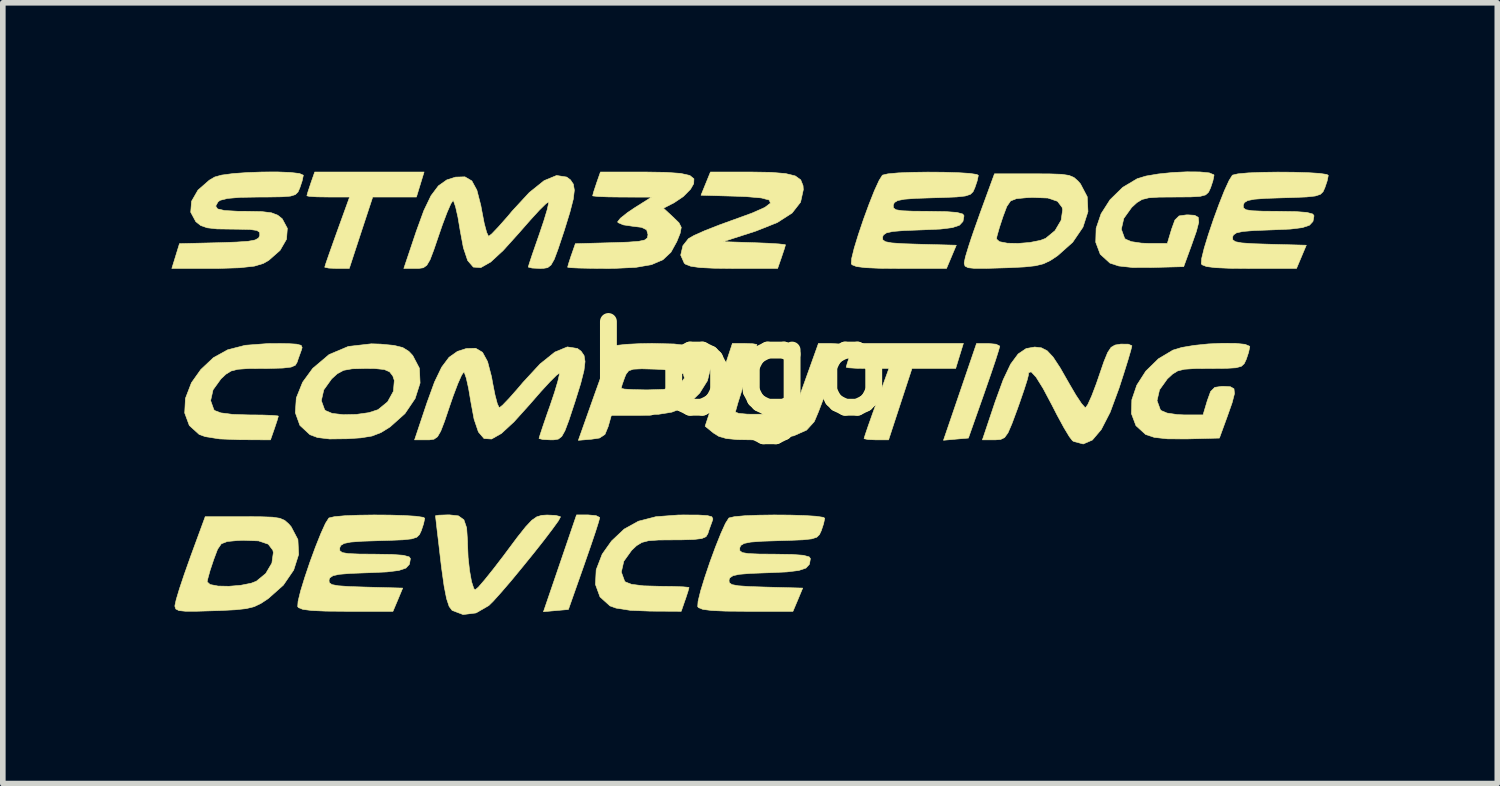
<source format=kicad_pcb>
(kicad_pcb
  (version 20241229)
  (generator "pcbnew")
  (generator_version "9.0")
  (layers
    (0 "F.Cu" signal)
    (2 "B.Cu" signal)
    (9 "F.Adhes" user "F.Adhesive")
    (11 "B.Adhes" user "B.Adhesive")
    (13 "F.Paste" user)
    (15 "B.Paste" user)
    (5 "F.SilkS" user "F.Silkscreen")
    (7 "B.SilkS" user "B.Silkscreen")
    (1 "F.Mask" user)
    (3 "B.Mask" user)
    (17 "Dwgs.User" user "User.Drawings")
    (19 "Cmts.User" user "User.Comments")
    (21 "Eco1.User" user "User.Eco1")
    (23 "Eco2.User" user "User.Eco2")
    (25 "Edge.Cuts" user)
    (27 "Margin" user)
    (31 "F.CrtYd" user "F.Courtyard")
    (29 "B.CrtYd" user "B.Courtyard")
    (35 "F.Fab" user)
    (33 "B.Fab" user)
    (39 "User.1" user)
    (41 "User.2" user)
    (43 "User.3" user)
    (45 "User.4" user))
  (footprint "Logo"
    (layer "F.Cu")
    (at 10.09 3.501)
    (property "Reference" "Logo" (at 0 0 0) (layer "F.SilkS") (effects (font (size 1.524 1.524) (thickness 0.3))))
    (attr through_hole)
    (fp_poly (pts (xy -2.542 2.617) (xy -2.477 2.65) (xy -2.477 2.653) (xy -2.497 2.729) (xy -2.551 2.9) (xy -2.633 3.143) (xy -2.734 3.434) (xy -2.755 3.495) (xy -3.034 4.286) (xy -3.255 4.305) (xy -3.477 4.325) (xy -2.889 2.604) (xy -2.683 2.604) (xy -2.542 2.617)) (stroke (width 0.01) (type solid)) (fill yes) (layer "F.SilkS"))
    (fp_poly (pts (xy 4.57 -0.431) (xy 4.635 -0.398) (xy 4.636 -0.395) (xy 4.615 -0.319) (xy 4.561 -0.148) (xy 4.479 0.095) (xy 4.378 0.386) (xy 4.357 0.447) (xy 4.078 1.238) (xy 3.857 1.257) (xy 3.635 1.277) (xy 4.223 -0.444) (xy 4.429 -0.444) (xy 4.57 -0.431)) (stroke (width 0.01) (type solid)) (fill yes) (layer "F.SilkS"))
    (fp_poly (pts (xy -5.668 -3.27) (xy -5.736 -3.048) (xy -6.513 -3.048) (xy -6.722 -2.413) (xy -6.93 -1.778) (xy -7.148 -1.778) (xy -7.293 -1.784) (xy -7.365 -1.799) (xy -7.366 -1.802) (xy -7.346 -1.868) (xy -7.291 -2.027) (xy -7.211 -2.253) (xy -7.145 -2.437) (xy -6.924 -3.048) (xy -7.304 -3.048) (xy -7.504 -3.051) (xy -7.642 -3.06) (xy -7.684 -3.07) (xy -7.665 -3.139) (xy -7.619 -3.277) (xy -7.614 -3.293) (xy -7.544 -3.493) (xy -5.6 -3.493) (xy -5.668 -3.27)) (stroke (width 0.01) (type solid)) (fill yes) (layer "F.SilkS"))
    (fp_poly (pts (xy 3.92 -0.222) (xy 3.852 0) (xy 3.075 0) (xy 2.867 0.635) (xy 2.659 1.27) (xy 2.441 1.27) (xy 2.295 1.264) (xy 2.224 1.249) (xy 2.223 1.246) (xy 2.243 1.18) (xy 2.297 1.021) (xy 2.377 0.795) (xy 2.444 0.611) (xy 2.665 0) (xy 2.285 0) (xy 2.084 -0.003) (xy 1.947 -0.012) (xy 1.905 -0.022) (xy 1.924 -0.091) (xy 1.969 -0.229) (xy 1.975 -0.245) (xy 2.044 -0.445) (xy 3.989 -0.445) (xy 3.92 -0.222)) (stroke (width 0.01) (type solid)) (fill yes) (layer "F.SilkS"))
    (fp_poly (pts (xy 0.245 -0.439) (xy 0.316 -0.427) (xy 0.318 -0.425) (xy 0.299 -0.36) (xy 0.248 -0.202) (xy 0.174 0.02) (xy 0.127 0.159) (xy 0.044 0.41) (xy -0.021 0.616) (xy -0.058 0.748) (xy -0.064 0.776) (xy -0.005 0.799) (xy 0.15 0.813) (xy 0.373 0.814) (xy 0.452 0.812) (xy 0.968 0.794) (xy 1.412 -0.445) (xy 1.633 -0.445) (xy 1.779 -0.435) (xy 1.824 -0.393) (xy 1.81 -0.333) (xy 1.769 -0.224) (xy 1.7 -0.03) (xy 1.616 0.212) (xy 1.588 0.293) (xy 1.497 0.548) (xy 1.412 0.771) (xy 1.348 0.923) (xy 1.335 0.949) (xy 1.2 1.097) (xy 0.972 1.198) (xy 0.642 1.255) (xy 0.263 1.27) (xy -0.029 1.265) (xy -0.226 1.246) (xy -0.358 1.208) (xy -0.453 1.149) (xy -0.603 1.027) (xy -0.361 0.291) (xy -0.118 -0.445) (xy 0.1 -0.445) (xy 0.245 -0.439)) (stroke (width 0.01) (type solid)) (fill yes) (layer "F.SilkS"))
    (fp_poly (pts (xy 0.566 -3.487) (xy 0.829 -3.465) (xy 1 -3.423) (xy 1.097 -3.353) (xy 1.138 -3.25) (xy 1.143 -3.178) (xy 1.094 -2.956) (xy 0.944 -2.764) (xy 0.682 -2.595) (xy 0.303 -2.444) (xy 0.267 -2.432) (xy -0.286 -2.254) (xy 0.27 -2.236) (xy 0.518 -2.226) (xy 0.709 -2.214) (xy 0.814 -2.202) (xy 0.826 -2.198) (xy 0.807 -2.131) (xy 0.761 -1.994) (xy 0.756 -1.978) (xy 0.686 -1.778) (xy -0.097 -1.778) (xy -0.45 -1.782) (xy -0.697 -1.794) (xy -0.857 -1.817) (xy -0.951 -1.853) (xy -0.974 -1.872) (xy -1.037 -2.015) (xy -0.998 -2.183) (xy -0.899 -2.308) (xy -0.798 -2.366) (xy -0.606 -2.451) (xy -0.351 -2.551) (xy -0.111 -2.638) (xy 0.235 -2.764) (xy 0.458 -2.863) (xy 0.559 -2.939) (xy 0.537 -2.994) (xy 0.394 -3.032) (xy 0.129 -3.055) (xy -0.052 -3.062) (xy -0.676 -3.08) (xy -0.508 -3.493) (xy 0.195 -3.493) (xy 0.566 -3.487)) (stroke (width 0.01) (type solid)) (fill yes) (layer "F.SilkS"))
    (fp_poly (pts (xy -8.028 -0.442) (xy -7.866 -0.432) (xy -7.786 -0.411) (xy -7.768 -0.372) (xy -7.779 -0.333) (xy -7.837 -0.173) (xy -7.857 -0.111) (xy -7.889 -0.057) (xy -7.965 -0.024) (xy -8.109 -0.007) (xy -8.346 -0.000353) (xy -8.458 0) (xy -8.732 0.002) (xy -8.912 0.015) (xy -9.032 0.046) (xy -9.124 0.103) (xy -9.212 0.186) (xy -9.352 0.38) (xy -9.395 0.572) (xy -9.338 0.732) (xy -9.322 0.749) (xy -9.214 0.79) (xy -9.001 0.817) (xy -8.719 0.826) (xy -8.478 0.828) (xy -8.295 0.835) (xy -8.199 0.844) (xy -8.191 0.848) (xy -8.21 0.917) (xy -8.256 1.055) (xy -8.261 1.07) (xy -8.331 1.27) (xy -8.88 1.267) (xy -9.234 1.253) (xy -9.489 1.213) (xy -9.598 1.174) (xy -9.774 1.014) (xy -9.856 0.792) (xy -9.843 0.532) (xy -9.736 0.254) (xy -9.57 0.02) (xy -9.345 -0.192) (xy -9.091 -0.332) (xy -8.78 -0.412) (xy -8.382 -0.442) (xy -8.296 -0.443) (xy -8.028 -0.442)) (stroke (width 0.01) (type solid)) (fill yes) (layer "F.SilkS"))
    (fp_poly (pts (xy -0.726 2.606) (xy -0.563 2.616) (xy -0.484 2.637) (xy -0.465 2.676) (xy -0.477 2.715) (xy -0.535 2.875) (xy -0.554 2.937) (xy -0.587 2.991) (xy -0.662 3.024) (xy -0.807 3.041) (xy -1.044 3.048) (xy -1.155 3.048) (xy -1.429 3.05) (xy -1.61 3.063) (xy -1.729 3.094) (xy -1.822 3.151) (xy -1.91 3.234) (xy -2.049 3.428) (xy -2.093 3.62) (xy -2.035 3.78) (xy -2.019 3.797) (xy -1.912 3.838) (xy -1.699 3.865) (xy -1.416 3.873) (xy -1.175 3.876) (xy -0.992 3.883) (xy -0.896 3.892) (xy -0.889 3.896) (xy -0.908 3.965) (xy -0.953 4.103) (xy -0.959 4.118) (xy -1.028 4.318) (xy -1.578 4.315) (xy -1.931 4.301) (xy -2.187 4.261) (xy -2.295 4.222) (xy -2.472 4.062) (xy -2.553 3.84) (xy -2.54 3.58) (xy -2.433 3.302) (xy -2.267 3.068) (xy -2.042 2.856) (xy -1.789 2.716) (xy -1.478 2.636) (xy -1.08 2.606) (xy -0.993 2.605) (xy -0.726 2.606)) (stroke (width 0.01) (type solid)) (fill yes) (layer "F.SilkS"))
    (fp_poly (pts (xy -6.376 -0.433) (xy -6.135 -0.41) (xy -5.98 -0.372) (xy -5.871 -0.304) (xy -5.802 -0.231) (xy -5.683 -0.004) (xy -5.671 0.259) (xy -5.759 0.535) (xy -5.94 0.803) (xy -6.205 1.04) (xy -6.366 1.14) (xy -6.524 1.201) (xy -6.723 1.234) (xy -6.967 1.25) (xy -7.279 1.254) (xy -7.495 1.228) (xy -7.629 1.178) (xy -7.808 1.012) (xy -7.889 0.787) (xy -7.875 0.572) (xy -7.427 0.572) (xy -7.369 0.732) (xy -7.353 0.749) (xy -7.235 0.799) (xy -7.037 0.822) (xy -6.804 0.817) (xy -6.582 0.786) (xy -6.419 0.733) (xy -6.248 0.593) (xy -6.145 0.406) (xy -6.129 0.213) (xy -6.156 0.133) (xy -6.213 0.06) (xy -6.307 0.019) (xy -6.472 0.002) (xy -6.643 0) (xy -6.878 0.006) (xy -7.03 0.033) (xy -7.143 0.094) (xy -7.244 0.186) (xy -7.383 0.38) (xy -7.427 0.572) (xy -7.875 0.572) (xy -7.872 0.525) (xy -7.759 0.244) (xy -7.58 -0.001) (xy -7.289 -0.247) (xy -6.948 -0.391) (xy -6.538 -0.438) (xy -6.376 -0.433)) (stroke (width 0.01) (type solid)) (fill yes) (layer "F.SilkS"))
    (fp_poly (pts (xy -4.989 2.621) (xy -4.892 2.691) (xy -4.843 2.835) (xy -4.827 3.079) (xy -4.827 3.119) (xy -4.817 3.361) (xy -4.791 3.596) (xy -4.756 3.791) (xy -4.716 3.913) (xy -4.691 3.937) (xy -4.635 3.889) (xy -4.521 3.757) (xy -4.363 3.56) (xy -4.178 3.319) (xy -4.144 3.273) (xy -3.941 3.001) (xy -3.794 2.816) (xy -3.685 2.7) (xy -3.596 2.638) (xy -3.509 2.612) (xy -3.413 2.606) (xy -3.26 2.613) (xy -3.179 2.634) (xy -3.175 2.641) (xy -3.213 2.711) (xy -3.318 2.856) (xy -3.47 3.056) (xy -3.655 3.29) (xy -3.854 3.535) (xy -4.05 3.773) (xy -4.228 3.98) (xy -4.369 4.137) (xy -4.449 4.216) (xy -4.676 4.347) (xy -4.906 4.376) (xy -5.101 4.302) (xy -5.154 4.232) (xy -5.2 4.093) (xy -5.244 3.868) (xy -5.29 3.538) (xy -5.303 3.429) (xy -5.338 3.127) (xy -5.368 2.876) (xy -5.388 2.699) (xy -5.397 2.621) (xy -5.397 2.619) (xy -5.341 2.609) (xy -5.201 2.604) (xy -5.151 2.603) (xy -4.989 2.621)) (stroke (width 0.01) (type solid)) (fill yes) (layer "F.SilkS"))
    (fp_poly (pts (xy -1.152 -0.435) (xy -0.867 -0.401) (xy -0.676 -0.336) (xy -0.564 -0.233) (xy -0.515 -0.085) (xy -0.509 0.006) (xy -0.561 0.217) (xy -0.7 0.439) (xy -0.896 0.631) (xy -1.015 0.708) (xy -1.195 0.777) (xy -1.431 0.815) (xy -1.752 0.826) (xy -2.268 0.826) (xy -2.326 1.032) (xy -2.384 1.173) (xy -2.481 1.237) (xy -2.621 1.258) (xy -2.857 1.278) (xy -2.573 0.476) (xy -2.529 0.353) (xy -2.095 0.353) (xy -2.037 0.367) (xy -1.883 0.376) (xy -1.664 0.381) (xy -1.624 0.381) (xy -1.344 0.372) (xy -1.163 0.342) (xy -1.057 0.285) (xy -1.049 0.278) (xy -0.971 0.172) (xy -0.991 0.096) (xy -1.117 0.047) (xy -1.357 0.019) (xy -1.482 0.013) (xy -1.729 0.006) (xy -1.879 0.013) (xy -1.962 0.042) (xy -2.008 0.101) (xy -2.033 0.16) (xy -2.079 0.29) (xy -2.095 0.353) (xy -2.529 0.353) (xy -2.465 0.175) (xy -2.37 -0.083) (xy -2.298 -0.276) (xy -2.256 -0.377) (xy -2.252 -0.385) (xy -2.177 -0.41) (xy -2.003 -0.429) (xy -1.759 -0.441) (xy -1.548 -0.445) (xy -1.152 -0.435)) (stroke (width 0.01) (type solid)) (fill yes) (layer "F.SilkS"))
    (fp_poly (pts (xy 8.192 -3.494) (xy 8.362 -3.477) (xy 8.443 -3.443) (xy 8.445 -3.433) (xy 8.425 -3.334) (xy 8.384 -3.211) (xy 8.348 -3.134) (xy 8.296 -3.086) (xy 8.2 -3.06) (xy 8.032 -3.05) (xy 7.767 -3.048) (xy 7.744 -3.048) (xy 7.467 -3.046) (xy 7.285 -3.034) (xy 7.164 -3.004) (xy 7.073 -2.948) (xy 6.98 -2.862) (xy 6.841 -2.668) (xy 6.797 -2.476) (xy 6.855 -2.316) (xy 6.871 -2.299) (xy 6.974 -2.255) (xy 7.156 -2.228) (xy 7.281 -2.223) (xy 7.615 -2.223) (xy 7.691 -2.477) (xy 7.75 -2.639) (xy 7.824 -2.712) (xy 7.951 -2.73) (xy 7.979 -2.731) (xy 8.101 -2.723) (xy 8.165 -2.687) (xy 8.174 -2.6) (xy 8.132 -2.438) (xy 8.045 -2.191) (xy 7.906 -1.81) (xy 7.334 -1.795) (xy 6.989 -1.796) (xy 6.75 -1.822) (xy 6.595 -1.873) (xy 6.595 -1.873) (xy 6.422 -2.031) (xy 6.342 -2.244) (xy 6.349 -2.491) (xy 6.437 -2.75) (xy 6.597 -3) (xy 6.822 -3.22) (xy 7.08 -3.374) (xy 7.236 -3.421) (xy 7.456 -3.458) (xy 7.709 -3.484) (xy 7.964 -3.496) (xy 8.192 -3.494)) (stroke (width 0.01) (type solid)) (fill yes) (layer "F.SilkS"))
    (fp_poly (pts (xy 8.827 -0.446) (xy 8.997 -0.429) (xy 9.078 -0.395) (xy 9.081 -0.385) (xy 9.06 -0.286) (xy 9.019 -0.163) (xy 8.983 -0.086) (xy 8.931 -0.038) (xy 8.835 -0.012) (xy 8.667 -0.002) (xy 8.402 -0.000004) (xy 8.379 0) (xy 8.102 0.002) (xy 7.92 0.014) (xy 7.799 0.044) (xy 7.708 0.1) (xy 7.615 0.186) (xy 7.476 0.38) (xy 7.432 0.572) (xy 7.49 0.732) (xy 7.506 0.749) (xy 7.609 0.793) (xy 7.791 0.82) (xy 7.916 0.826) (xy 8.25 0.826) (xy 8.326 0.572) (xy 8.385 0.409) (xy 8.459 0.336) (xy 8.586 0.318) (xy 8.614 0.318) (xy 8.736 0.325) (xy 8.8 0.361) (xy 8.809 0.448) (xy 8.767 0.61) (xy 8.68 0.857) (xy 8.541 1.238) (xy 7.969 1.253) (xy 7.624 1.252) (xy 7.385 1.226) (xy 7.23 1.175) (xy 7.23 1.175) (xy 7.057 1.017) (xy 6.977 0.804) (xy 6.984 0.557) (xy 7.072 0.298) (xy 7.232 0.048) (xy 7.457 -0.172) (xy 7.715 -0.326) (xy 7.871 -0.373) (xy 8.091 -0.41) (xy 8.344 -0.436) (xy 8.599 -0.448) (xy 8.827 -0.446)) (stroke (width 0.01) (type solid)) (fill yes) (layer "F.SilkS"))
    (fp_poly (pts (xy -8.5 2.637) (xy -8.296 2.644) (xy -8.164 2.664) (xy -8.077 2.702) (xy -8.007 2.764) (xy -7.964 2.813) (xy -7.843 3.043) (xy -7.83 3.307) (xy -7.918 3.584) (xy -8.102 3.853) (xy -8.371 4.092) (xy -8.501 4.178) (xy -8.62 4.235) (xy -8.761 4.27) (xy -8.956 4.291) (xy -9.237 4.305) (xy -9.339 4.308) (xy -9.643 4.317) (xy -9.843 4.317) (xy -9.959 4.305) (xy -10.014 4.277) (xy -10.03 4.232) (xy -10.03 4.214) (xy -10.007 4.11) (xy -9.949 3.916) (xy -9.908 3.794) (xy -9.457 3.794) (xy -9.404 3.842) (xy -9.263 3.869) (xy -9.07 3.873) (xy -8.862 3.856) (xy -8.675 3.819) (xy -8.582 3.783) (xy -8.415 3.646) (xy -8.306 3.461) (xy -8.28 3.274) (xy -8.289 3.231) (xy -8.371 3.124) (xy -8.543 3.066) (xy -8.817 3.055) (xy -8.921 3.06) (xy -9.101 3.077) (xy -9.205 3.118) (xy -9.272 3.216) (xy -9.34 3.397) (xy -9.405 3.592) (xy -9.447 3.744) (xy -9.457 3.794) (xy -9.908 3.794) (xy -9.863 3.659) (xy -9.759 3.366) (xy -9.759 3.365) (xy -9.491 2.635) (xy -8.804 2.635) (xy -8.5 2.637)) (stroke (width 0.01) (type solid)) (fill yes) (layer "F.SilkS"))
    (fp_poly (pts (xy 5.533 -3.459) (xy 5.737 -3.452) (xy 5.869 -3.432) (xy 5.957 -3.394) (xy 6.027 -3.332) (xy 6.07 -3.283) (xy 6.191 -3.053) (xy 6.204 -2.789) (xy 6.115 -2.512) (xy 5.932 -2.243) (xy 5.663 -2.004) (xy 5.533 -1.918) (xy 5.413 -1.861) (xy 5.272 -1.826) (xy 5.077 -1.805) (xy 4.797 -1.791) (xy 4.695 -1.788) (xy 4.39 -1.779) (xy 4.19 -1.779) (xy 4.074 -1.791) (xy 4.019 -1.819) (xy 4.004 -1.864) (xy 4.004 -1.882) (xy 4.026 -1.986) (xy 4.085 -2.18) (xy 4.125 -2.302) (xy 4.577 -2.302) (xy 4.63 -2.254) (xy 4.771 -2.227) (xy 4.964 -2.223) (xy 5.172 -2.24) (xy 5.358 -2.277) (xy 5.452 -2.313) (xy 5.618 -2.45) (xy 5.727 -2.635) (xy 5.754 -2.822) (xy 5.744 -2.865) (xy 5.662 -2.972) (xy 5.491 -3.03) (xy 5.217 -3.041) (xy 5.113 -3.036) (xy 4.932 -3.019) (xy 4.828 -2.978) (xy 4.761 -2.88) (xy 4.693 -2.699) (xy 4.629 -2.504) (xy 4.586 -2.352) (xy 4.577 -2.302) (xy 4.125 -2.302) (xy 4.171 -2.437) (xy 4.275 -2.73) (xy 4.275 -2.731) (xy 4.542 -3.461) (xy 5.23 -3.461) (xy 5.533 -3.459)) (stroke (width 0.01) (type solid)) (fill yes) (layer "F.SilkS"))
    (fp_poly (pts (xy -1.684 -3.493) (xy -1.304 -3.487) (xy -1.038 -3.468) (xy -0.875 -3.431) (xy -0.802 -3.372) (xy -0.806 -3.285) (xy -0.863 -3.186) (xy -0.99 -3.057) (xy -1.152 -2.948) (xy -1.343 -2.849) (xy -1.18 -2.698) (xy -1.068 -2.59) (xy -1.027 -2.509) (xy -1.047 -2.403) (xy -1.107 -2.254) (xy -1.211 -2.066) (xy -1.353 -1.933) (xy -1.555 -1.846) (xy -1.837 -1.797) (xy -2.218 -1.779) (xy -2.334 -1.778) (xy -2.618 -1.78) (xy -2.848 -1.785) (xy -3 -1.792) (xy -3.048 -1.8) (xy -3.029 -1.869) (xy -2.984 -2.007) (xy -2.979 -2.02) (xy -2.91 -2.218) (xy -2.265 -2.236) (xy -1.973 -2.246) (xy -1.785 -2.26) (xy -1.678 -2.283) (xy -1.631 -2.319) (xy -1.619 -2.375) (xy -1.619 -2.381) (xy -1.643 -2.465) (xy -1.734 -2.509) (xy -1.889 -2.528) (xy -2.054 -2.552) (xy -2.149 -2.591) (xy -2.159 -2.607) (xy -2.109 -2.671) (xy -1.981 -2.773) (xy -1.857 -2.856) (xy -1.556 -3.046) (xy -2.08 -3.047) (xy -2.32 -3.05) (xy -2.502 -3.057) (xy -2.596 -3.067) (xy -2.603 -3.07) (xy -2.585 -3.139) (xy -2.539 -3.277) (xy -2.534 -3.293) (xy -2.464 -3.493) (xy -1.684 -3.493)) (stroke (width 0.01) (type solid)) (fill yes) (layer "F.SilkS"))
    (fp_poly (pts (xy 6.921 -0.432) (xy 6.985 -0.404) (xy 6.985 -0.401) (xy 6.966 -0.323) (xy 6.916 -0.151) (xy 6.841 0.089) (xy 6.757 0.349) (xy 6.598 0.78) (xy 6.44 1.087) (xy 6.282 1.273) (xy 6.12 1.343) (xy 5.951 1.298) (xy 5.929 1.285) (xy 5.872 1.211) (xy 5.775 1.05) (xy 5.654 0.827) (xy 5.564 0.651) (xy 5.406 0.354) (xy 5.282 0.155) (xy 5.194 0.06) (xy 5.149 0.075) (xy 5.144 0.124) (xy 5.123 0.207) (xy 5.068 0.379) (xy 4.989 0.609) (xy 4.947 0.727) (xy 4.852 0.983) (xy 4.783 1.143) (xy 4.722 1.228) (xy 4.651 1.263) (xy 4.554 1.27) (xy 4.539 1.27) (xy 4.327 1.27) (xy 4.555 0.59) (xy 4.697 0.201) (xy 4.829 -0.077) (xy 4.962 -0.257) (xy 5.105 -0.354) (xy 5.258 -0.381) (xy 5.376 -0.367) (xy 5.479 -0.314) (xy 5.584 -0.202) (xy 5.709 -0.012) (xy 5.87 0.27) (xy 5.989 0.473) (xy 6.089 0.624) (xy 6.153 0.696) (xy 6.16 0.699) (xy 6.201 0.642) (xy 6.269 0.492) (xy 6.352 0.274) (xy 6.397 0.143) (xy 6.487 -0.119) (xy 6.554 -0.283) (xy 6.615 -0.375) (xy 6.685 -0.416) (xy 6.782 -0.432) (xy 6.784 -0.433) (xy 6.921 -0.432)) (stroke (width 0.01) (type solid)) (fill yes) (layer "F.SilkS"))
    (fp_poly (pts (xy -7.978 -3.485) (xy -7.815 -3.466) (xy -7.747 -3.436) (xy -7.747 -3.433) (xy -7.768 -3.334) (xy -7.809 -3.211) (xy -7.841 -3.138) (xy -7.889 -3.091) (xy -7.976 -3.064) (xy -8.128 -3.052) (xy -8.37 -3.048) (xy -8.531 -3.048) (xy -8.869 -3.042) (xy -9.095 -3.023) (xy -9.225 -2.99) (xy -9.263 -2.963) (xy -9.305 -2.887) (xy -9.271 -2.836) (xy -9.147 -2.808) (xy -8.919 -2.795) (xy -8.752 -2.794) (xy -8.487 -2.789) (xy -8.315 -2.768) (xy -8.202 -2.725) (xy -8.122 -2.661) (xy -8.031 -2.492) (xy -8.046 -2.297) (xy -8.16 -2.1) (xy -8.361 -1.923) (xy -8.458 -1.867) (xy -8.618 -1.819) (xy -8.883 -1.79) (xy -9.263 -1.778) (xy -9.357 -1.778) (xy -10.085 -1.778) (xy -10.017 -1.998) (xy -9.949 -2.219) (xy -9.246 -2.236) (xy -8.934 -2.247) (xy -8.728 -2.261) (xy -8.605 -2.284) (xy -8.543 -2.318) (xy -8.521 -2.365) (xy -8.524 -2.421) (xy -8.574 -2.454) (xy -8.696 -2.471) (xy -8.914 -2.476) (xy -9.012 -2.477) (xy -9.281 -2.481) (xy -9.456 -2.501) (xy -9.571 -2.541) (xy -9.658 -2.609) (xy -9.749 -2.778) (xy -9.734 -2.973) (xy -9.62 -3.171) (xy -9.419 -3.347) (xy -9.322 -3.404) (xy -9.199 -3.438) (xy -8.997 -3.465) (xy -8.745 -3.483) (xy -8.472 -3.493) (xy -8.206 -3.494) (xy -7.978 -3.485)) (stroke (width 0.01) (type solid)) (fill yes) (layer "F.SilkS"))
    (fp_poly (pts (xy -6.208 2.607) (xy -5.949 2.615) (xy -5.742 2.628) (xy -5.614 2.647) (xy -5.588 2.663) (xy -5.609 2.762) (xy -5.649 2.883) (xy -5.682 2.954) (xy -5.73 3.001) (xy -5.82 3.03) (xy -5.975 3.047) (xy -6.22 3.057) (xy -6.394 3.062) (xy -6.701 3.072) (xy -6.903 3.087) (xy -7.022 3.111) (xy -7.081 3.147) (xy -7.1 3.191) (xy -7.098 3.241) (xy -7.054 3.274) (xy -6.946 3.292) (xy -6.753 3.3) (xy -6.482 3.302) (xy -6.169 3.307) (xy -5.968 3.322) (xy -5.865 3.35) (xy -5.843 3.381) (xy -5.86 3.481) (xy -5.922 3.549) (xy -6.049 3.592) (xy -6.261 3.618) (xy -6.579 3.632) (xy -6.606 3.633) (xy -6.908 3.644) (xy -7.105 3.66) (xy -7.22 3.685) (xy -7.275 3.723) (xy -7.29 3.76) (xy -7.286 3.809) (xy -7.239 3.843) (xy -7.126 3.864) (xy -6.927 3.878) (xy -6.645 3.887) (xy -5.98 3.905) (xy -6.066 4.112) (xy -6.153 4.318) (xy -6.984 4.318) (xy -7.346 4.315) (xy -7.597 4.304) (xy -7.754 4.284) (xy -7.832 4.253) (xy -7.847 4.234) (xy -7.84 4.139) (xy -7.795 3.956) (xy -7.721 3.715) (xy -7.63 3.445) (xy -7.531 3.175) (xy -7.435 2.935) (xy -7.353 2.754) (xy -7.294 2.661) (xy -7.29 2.658) (xy -7.196 2.636) (xy -7.012 2.619) (xy -6.768 2.609) (xy -6.49 2.605) (xy -6.208 2.607)) (stroke (width 0.01) (type solid)) (fill yes) (layer "F.SilkS"))
    (fp_poly (pts (xy 0.904 2.607) (xy 1.163 2.615) (xy 1.37 2.628) (xy 1.498 2.647) (xy 1.524 2.663) (xy 1.503 2.762) (xy 1.463 2.883) (xy 1.43 2.954) (xy 1.382 3.001) (xy 1.292 3.03) (xy 1.137 3.047) (xy 0.892 3.057) (xy 0.718 3.062) (xy 0.411 3.072) (xy 0.209 3.087) (xy 0.09 3.111) (xy 0.031 3.147) (xy 0.012 3.191) (xy 0.014 3.241) (xy 0.058 3.274) (xy 0.166 3.292) (xy 0.359 3.3) (xy 0.63 3.302) (xy 0.943 3.307) (xy 1.144 3.322) (xy 1.247 3.35) (xy 1.269 3.381) (xy 1.252 3.481) (xy 1.19 3.549) (xy 1.063 3.592) (xy 0.851 3.618) (xy 0.533 3.632) (xy 0.506 3.633) (xy 0.204 3.644) (xy 0.007 3.66) (xy -0.108 3.685) (xy -0.163 3.723) (xy -0.178 3.76) (xy -0.174 3.809) (xy -0.127 3.843) (xy -0.014 3.864) (xy 0.185 3.878) (xy 0.467 3.887) (xy 1.132 3.905) (xy 1.046 4.112) (xy 0.959 4.318) (xy 0.128 4.318) (xy -0.234 4.315) (xy -0.485 4.304) (xy -0.642 4.284) (xy -0.72 4.253) (xy -0.735 4.234) (xy -0.728 4.139) (xy -0.683 3.956) (xy -0.609 3.715) (xy -0.518 3.445) (xy -0.419 3.175) (xy -0.323 2.935) (xy -0.241 2.754) (xy -0.182 2.661) (xy -0.178 2.658) (xy -0.084 2.636) (xy 0.1 2.619) (xy 0.344 2.609) (xy 0.622 2.605) (xy 0.904 2.607)) (stroke (width 0.01) (type solid)) (fill yes) (layer "F.SilkS"))
    (fp_poly (pts (xy 3.635 -3.489) (xy 3.894 -3.481) (xy 4.101 -3.468) (xy 4.228 -3.449) (xy 4.255 -3.433) (xy 4.234 -3.334) (xy 4.193 -3.213) (xy 4.161 -3.142) (xy 4.112 -3.095) (xy 4.022 -3.066) (xy 3.867 -3.049) (xy 3.622 -3.039) (xy 3.448 -3.034) (xy 3.141 -3.024) (xy 2.94 -3.009) (xy 2.82 -2.985) (xy 2.762 -2.949) (xy 2.742 -2.905) (xy 2.745 -2.855) (xy 2.789 -2.822) (xy 2.896 -2.804) (xy 3.089 -2.796) (xy 3.361 -2.794) (xy 3.674 -2.789) (xy 3.874 -2.774) (xy 3.977 -2.746) (xy 4 -2.715) (xy 3.982 -2.615) (xy 3.92 -2.547) (xy 3.793 -2.504) (xy 3.581 -2.478) (xy 3.264 -2.464) (xy 3.237 -2.463) (xy 2.935 -2.452) (xy 2.737 -2.436) (xy 2.622 -2.411) (xy 2.567 -2.373) (xy 2.552 -2.336) (xy 2.556 -2.287) (xy 2.604 -2.253) (xy 2.716 -2.232) (xy 2.915 -2.218) (xy 3.197 -2.209) (xy 3.863 -2.191) (xy 3.776 -1.984) (xy 3.689 -1.778) (xy 2.859 -1.778) (xy 2.497 -1.781) (xy 2.246 -1.792) (xy 2.089 -1.812) (xy 2.01 -1.843) (xy 1.996 -1.862) (xy 2.003 -1.957) (xy 2.048 -2.14) (xy 2.122 -2.381) (xy 2.213 -2.651) (xy 2.312 -2.921) (xy 2.407 -3.161) (xy 2.49 -3.342) (xy 2.548 -3.435) (xy 2.553 -3.438) (xy 2.647 -3.46) (xy 2.83 -3.477) (xy 3.075 -3.487) (xy 3.353 -3.491) (xy 3.635 -3.489)) (stroke (width 0.01) (type solid)) (fill yes) (layer "F.SilkS"))
    (fp_poly (pts (xy 9.858 -3.489) (xy 10.117 -3.481) (xy 10.324 -3.468) (xy 10.451 -3.449) (xy 10.477 -3.433) (xy 10.457 -3.334) (xy 10.416 -3.213) (xy 10.384 -3.142) (xy 10.335 -3.095) (xy 10.245 -3.066) (xy 10.09 -3.049) (xy 9.845 -3.039) (xy 9.671 -3.034) (xy 9.364 -3.024) (xy 9.163 -3.009) (xy 9.043 -2.985) (xy 8.985 -2.949) (xy 8.965 -2.905) (xy 8.968 -2.855) (xy 9.012 -2.822) (xy 9.119 -2.804) (xy 9.312 -2.796) (xy 9.584 -2.794) (xy 9.897 -2.789) (xy 10.097 -2.774) (xy 10.2 -2.746) (xy 10.223 -2.715) (xy 10.205 -2.615) (xy 10.143 -2.547) (xy 10.016 -2.504) (xy 9.804 -2.478) (xy 9.487 -2.464) (xy 9.46 -2.463) (xy 9.158 -2.452) (xy 8.96 -2.436) (xy 8.845 -2.411) (xy 8.79 -2.373) (xy 8.775 -2.336) (xy 8.779 -2.287) (xy 8.827 -2.253) (xy 8.939 -2.232) (xy 9.138 -2.218) (xy 9.42 -2.209) (xy 10.086 -2.191) (xy 9.999 -1.984) (xy 9.912 -1.778) (xy 9.082 -1.778) (xy 8.72 -1.781) (xy 8.469 -1.792) (xy 8.312 -1.812) (xy 8.233 -1.843) (xy 8.219 -1.862) (xy 8.226 -1.957) (xy 8.271 -2.14) (xy 8.345 -2.381) (xy 8.436 -2.651) (xy 8.535 -2.921) (xy 8.63 -3.161) (xy 8.713 -3.342) (xy 8.771 -3.435) (xy 8.776 -3.438) (xy 8.87 -3.46) (xy 9.053 -3.477) (xy 9.298 -3.487) (xy 9.576 -3.491) (xy 9.858 -3.489)) (stroke (width 0.01) (type solid)) (fill yes) (layer "F.SilkS"))
    (fp_poly (pts (xy -3.064 -3.403) (xy -2.997 -3.353) (xy -2.946 -3.277) (xy -2.928 -3.17) (xy -2.947 -3.011) (xy -3.007 -2.778) (xy -3.108 -2.451) (xy -3.125 -2.4) (xy -3.218 -2.121) (xy -3.285 -1.941) (xy -3.343 -1.839) (xy -3.403 -1.792) (xy -3.482 -1.779) (xy -3.538 -1.778) (xy -3.679 -1.785) (xy -3.746 -1.802) (xy -3.747 -1.805) (xy -3.727 -1.872) (xy -3.674 -2.032) (xy -3.597 -2.254) (xy -3.552 -2.383) (xy -3.47 -2.627) (xy -3.411 -2.822) (xy -3.385 -2.941) (xy -3.386 -2.963) (xy -3.435 -2.928) (xy -3.55 -2.815) (xy -3.711 -2.639) (xy -3.904 -2.419) (xy -3.907 -2.415) (xy -4.191 -2.1) (xy -4.416 -1.892) (xy -4.591 -1.793) (xy -4.724 -1.802) (xy -4.825 -1.919) (xy -4.901 -2.146) (xy -4.957 -2.447) (xy -4.998 -2.69) (xy -5.04 -2.875) (xy -5.075 -2.975) (xy -5.085 -2.985) (xy -5.124 -2.928) (xy -5.19 -2.777) (xy -5.274 -2.555) (xy -5.334 -2.381) (xy -5.427 -2.108) (xy -5.494 -1.932) (xy -5.552 -1.834) (xy -5.614 -1.79) (xy -5.698 -1.778) (xy -5.747 -1.778) (xy -5.96 -1.778) (xy -5.739 -2.436) (xy -5.604 -2.807) (xy -5.477 -3.071) (xy -5.346 -3.246) (xy -5.197 -3.352) (xy -5.04 -3.402) (xy -4.874 -3.407) (xy -4.751 -3.335) (xy -4.661 -3.17) (xy -4.591 -2.898) (xy -4.572 -2.795) (xy -4.53 -2.577) (xy -4.487 -2.418) (xy -4.454 -2.35) (xy -4.452 -2.349) (xy -4.394 -2.395) (xy -4.277 -2.518) (xy -4.12 -2.695) (xy -4.033 -2.799) (xy -3.729 -3.128) (xy -3.466 -3.339) (xy -3.244 -3.431) (xy -3.064 -3.403)) (stroke (width 0.01) (type solid)) (fill yes) (layer "F.SilkS"))
    (fp_poly (pts (xy -2.873 -0.355) (xy -2.807 -0.305) (xy -2.755 -0.229) (xy -2.738 -0.122) (xy -2.757 0.037) (xy -2.816 0.27) (xy -2.918 0.597) (xy -2.935 0.648) (xy -3.027 0.927) (xy -3.095 1.107) (xy -3.152 1.209) (xy -3.213 1.256) (xy -3.292 1.269) (xy -3.347 1.27) (xy -3.489 1.263) (xy -3.555 1.246) (xy -3.556 1.243) (xy -3.536 1.176) (xy -3.483 1.016) (xy -3.407 0.794) (xy -3.361 0.665) (xy -3.279 0.421) (xy -3.221 0.226) (xy -3.194 0.107) (xy -3.195 0.085) (xy -3.245 0.12) (xy -3.359 0.233) (xy -3.521 0.409) (xy -3.713 0.629) (xy -3.716 0.633) (xy -4 0.948) (xy -4.225 1.156) (xy -4.4 1.255) (xy -4.534 1.246) (xy -4.634 1.129) (xy -4.711 0.902) (xy -4.767 0.601) (xy -4.808 0.358) (xy -4.849 0.173) (xy -4.884 0.073) (xy -4.894 0.064) (xy -4.933 0.12) (xy -5 0.271) (xy -5.084 0.493) (xy -5.144 0.667) (xy -5.236 0.94) (xy -5.304 1.116) (xy -5.361 1.214) (xy -5.424 1.258) (xy -5.507 1.27) (xy -5.557 1.27) (xy -5.769 1.27) (xy -5.549 0.612) (xy -5.414 0.241) (xy -5.287 -0.023) (xy -5.156 -0.198) (xy -5.006 -0.304) (xy -4.849 -0.354) (xy -4.683 -0.359) (xy -4.561 -0.287) (xy -4.471 -0.122) (xy -4.4 0.15) (xy -4.382 0.253) (xy -4.339 0.471) (xy -4.297 0.63) (xy -4.264 0.698) (xy -4.262 0.699) (xy -4.204 0.653) (xy -4.086 0.53) (xy -3.93 0.353) (xy -3.842 0.249) (xy -3.538 -0.08) (xy -3.275 -0.291) (xy -3.053 -0.383) (xy -2.873 -0.355)) (stroke (width 0.01) (type solid)) (fill yes) (layer "F.SilkS")))
  (gr_rect
    (start -3 -3)
    (end 23.572 10.882)
    (stroke (width 0.1) (type default))
    (fill no)
    (layer "Edge.Cuts")))
</source>
